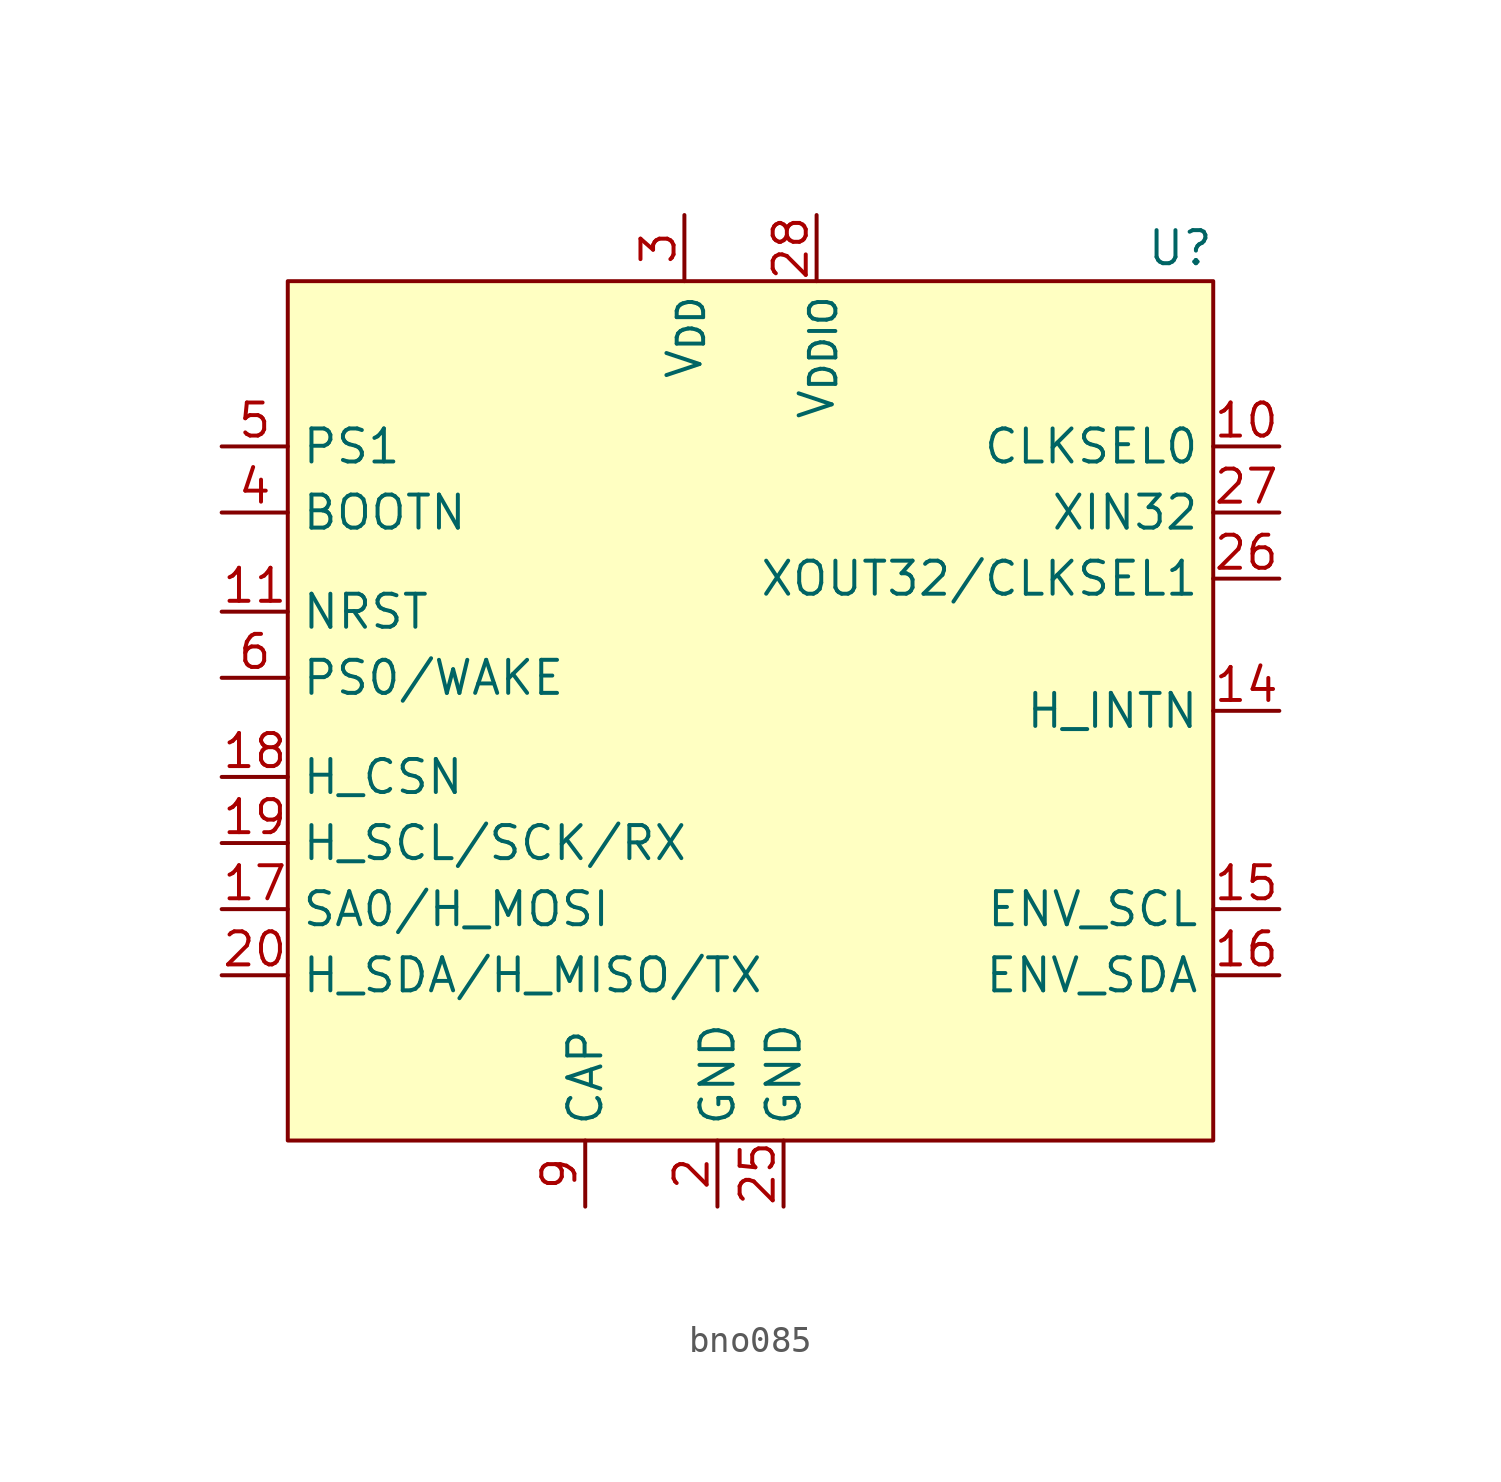
<source format=kicad_sym>
(kicad_symbol_lib
  (version 20231120)
  (generator "kicad_symbol_editor")
  (generator_version "8.0")
  (symbol "bno085"
    (property "Reference" "U"
      (at 16.51 17.78 0)
      (effects (font (size 1.27 1.27))))
    (property "Value" ""
      (at -16.51 6.35 0)
      (effects (font (size 1.27 1.27))))
    (symbol "bno085_1_0"
      (pin input line (at 20.32 10.16 180) (length 2.54) (name "CLKSEL0" (effects (font (size 1.27 1.27)))) (number "10" (effects (font (size 1.27 1.27)))))
      (pin input line (at -20.32 3.81 0) (length 2.54) (name "NRST" (effects (font (size 1.27 1.27)))) (number "11" (effects (font (size 1.27 1.27)))))
      (pin no_connect line (at 6.35 -19.05 90) (length 2.54) hide (name "RESV_NC" (effects (font (size 1.27 1.27)))) (number "12" (effects (font (size 1.27 1.27)))))
      (pin no_connect line (at 6.35 -19.05 90) (length 2.54) hide (name "RESV_NC" (effects (font (size 1.27 1.27)))) (number "13" (effects (font (size 1.27 1.27)))))
      (pin output line (at 20.32 0 180) (length 2.54) (name "H_INTN" (effects (font (size 1.27 1.27)))) (number "14" (effects (font (size 1.27 1.27)))))
      (pin bidirectional line (at 20.32 -7.62 180) (length 2.54) (name "ENV_SCL" (effects (font (size 1.27 1.27)))) (number "15" (effects (font (size 1.27 1.27)))))
      (pin bidirectional line (at 20.32 -10.16 180) (length 2.54) (name "ENV_SDA" (effects (font (size 1.27 1.27)))) (number "16" (effects (font (size 1.27 1.27)))))
      (pin input line (at -20.32 -7.62 0) (length 2.54) (name "SA0/H_MOSI" (effects (font (size 1.27 1.27)))) (number "17" (effects (font (size 1.27 1.27)))))
      (pin input line (at -20.32 -2.54 0) (length 2.54) (name "H_CSN" (effects (font (size 1.27 1.27)))) (number "18" (effects (font (size 1.27 1.27)))))
      (pin bidirectional line (at -20.32 -5.08 0) (length 2.54) (name "H_SCL/SCK/RX" (effects (font (size 1.27 1.27)))) (number "19" (effects (font (size 1.27 1.27)))))
      (pin bidirectional line (at -20.32 -10.16 0) (length 2.54) (name "H_SDA/H_MISO/TX" (effects (font (size 1.27 1.27)))) (number "20" (effects (font (size 1.27 1.27)))))
      (pin no_connect line (at 6.35 -19.05 90) (length 2.54) hide (name "RESV_NC" (effects (font (size 1.27 1.27)))) (number "21" (effects (font (size 1.27 1.27)))))
      (pin no_connect line (at 6.35 -19.05 90) (length 2.54) hide (name "RESV_NC" (effects (font (size 1.27 1.27)))) (number "22" (effects (font (size 1.27 1.27)))))
      (pin no_connect line (at 6.35 -19.05 90) (length 2.54) hide (name "RESV_NC" (effects (font (size 1.27 1.27)))) (number "23" (effects (font (size 1.27 1.27)))))
      (pin no_connect line (at 6.35 -19.05 90) (length 2.54) hide (name "RESV_NC" (effects (font (size 1.27 1.27)))) (number "24" (effects (font (size 1.27 1.27)))))
      (pin power_in line (at 1.27 -19.05 90) (length 2.54) (name "GND" (effects (font (size 1.27 1.27)))) (number "25" (effects (font (size 1.27 1.27)))))
      (pin output line (at 20.32 5.08 180) (length 2.54) (name "XOUT32/CLKSEL1" (effects (font (size 1.27 1.27)))) (number "26" (effects (font (size 1.27 1.27)))))
      (pin input line (at 20.32 7.62 180) (length 2.54) (name "XIN32" (effects (font (size 1.27 1.27)))) (number "27" (effects (font (size 1.27 1.27)))))
      (pin power_in line (at 2.54 19.05 270) (length 2.54) (name "V_{DDIO}" (effects (font (size 1.27 1.27)))) (number "28" (effects (font (size 1.27 1.27)))))
      (pin passive line (at -6.35 -19.05 90) (length 2.54) (name "CAP" (effects (font (size 1.27 1.27)))) (number "9" (effects (font (size 1.27 1.27))))))
    (symbol "bno085_1_1"
      (rectangle (start -17.78 16.51) (end 17.78 -16.51) (stroke (width 0) (type default)) (fill (type background)))
      (pin no_connect line (at 6.35 -19.05 90) (length 2.54) hide (name "RESV_NC" (effects (font (size 1.27 1.27)))) (number "1" (effects (font (size 1.27 1.27)))))
      (pin power_in line (at -1.27 -19.05 90) (length 2.54) (name "GND" (effects (font (size 1.27 1.27)))) (number "2" (effects (font (size 1.27 1.27)))))
      (pin power_in line (at -2.54 19.05 270) (length 2.54) (name "V_{DD}" (effects (font (size 1.27 1.27)))) (number "3" (effects (font (size 1.27 1.27)))))
      (pin input line (at -20.32 7.62 0) (length 2.54) (name "BOOTN" (effects (font (size 1.27 1.27)))) (number "4" (effects (font (size 1.27 1.27)))))
      (pin input line (at -20.32 10.16 0) (length 2.54) (name "PS1" (effects (font (size 1.27 1.27)))) (number "5" (effects (font (size 1.27 1.27)))))
      (pin input line (at -20.32 1.27 0) (length 2.54) (name "PS0/WAKE" (effects (font (size 1.27 1.27)))) (number "6" (effects (font (size 1.27 1.27)))))
      (pin no_connect line (at 6.35 -19.05 90) (length 2.54) hide (name "RESV_NC" (effects (font (size 1.27 1.27)))) (number "7" (effects (font (size 1.27 1.27)))))
      (pin no_connect line (at 6.35 -19.05 90) (length 2.54) hide (name "RESV_NC" (effects (font (size 1.27 1.27)))) (number "8" (effects (font (size 1.27 1.27))))))))
</source>
